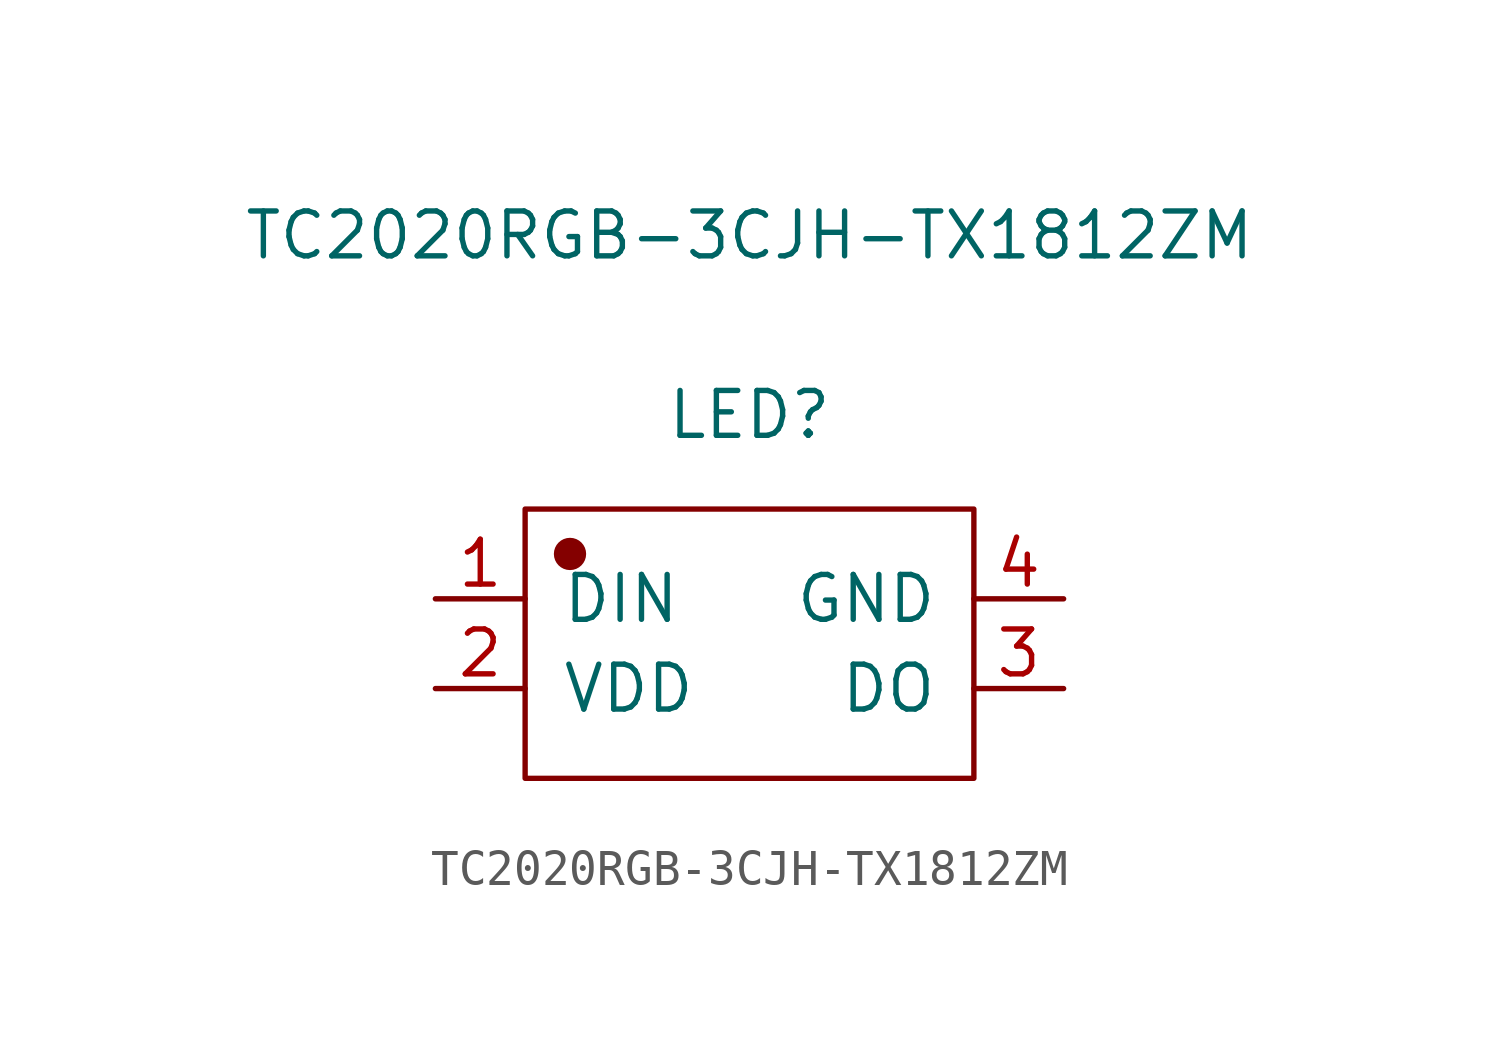
<source format=kicad_sym>
(kicad_symbol_lib
  (version 20211014)
  (generator kicad_symbol_editor)
  (symbol "TC2020RGB-3CJH-TX1812ZM"
    (pin_names
      (offset 1.016))
    (property "Reference" "LED"
      (at 0 6.477 0)
      (effects (font (size 1.27 1.27))))
    (property "Value" "TC2020RGB-3CJH-TX1812ZM"
      (at 0 11.557 0)
      (effects (font (size 1.27 1.27))))
    (symbol "TC2020RGB-3CJH-TX1812ZM_1_1"
      (rectangle (start -6.35 3.81) (end 6.35 -3.81) (stroke (width 0.152) (type default) (color 0 0 0 0)) (fill (type none)))
      (circle (center -5.08 2.54) (radius 0.381) (stroke (width 0.152) (type default) (color 0 0 0 0)) (fill (type outline)))
      (pin input line (at -8.89 1.27 0) (length 2.54) (name "DIN" (effects (font (size 1.27 1.27)))) (number "1" (effects (font (size 1.27 1.27)))))
      (pin input line (at -8.89 -1.27 0) (length 2.54) (name "VDD" (effects (font (size 1.27 1.27)))) (number "2" (effects (font (size 1.27 1.27)))))
      (pin input line (at 8.89 -1.27 180) (length 2.54) (name "DO" (effects (font (size 1.27 1.27)))) (number "3" (effects (font (size 1.27 1.27)))))
      (pin input line (at 8.89 1.27 180) (length 2.54) (name "GND" (effects (font (size 1.27 1.27)))) (number "4" (effects (font (size 1.27 1.27))))))))
</source>
